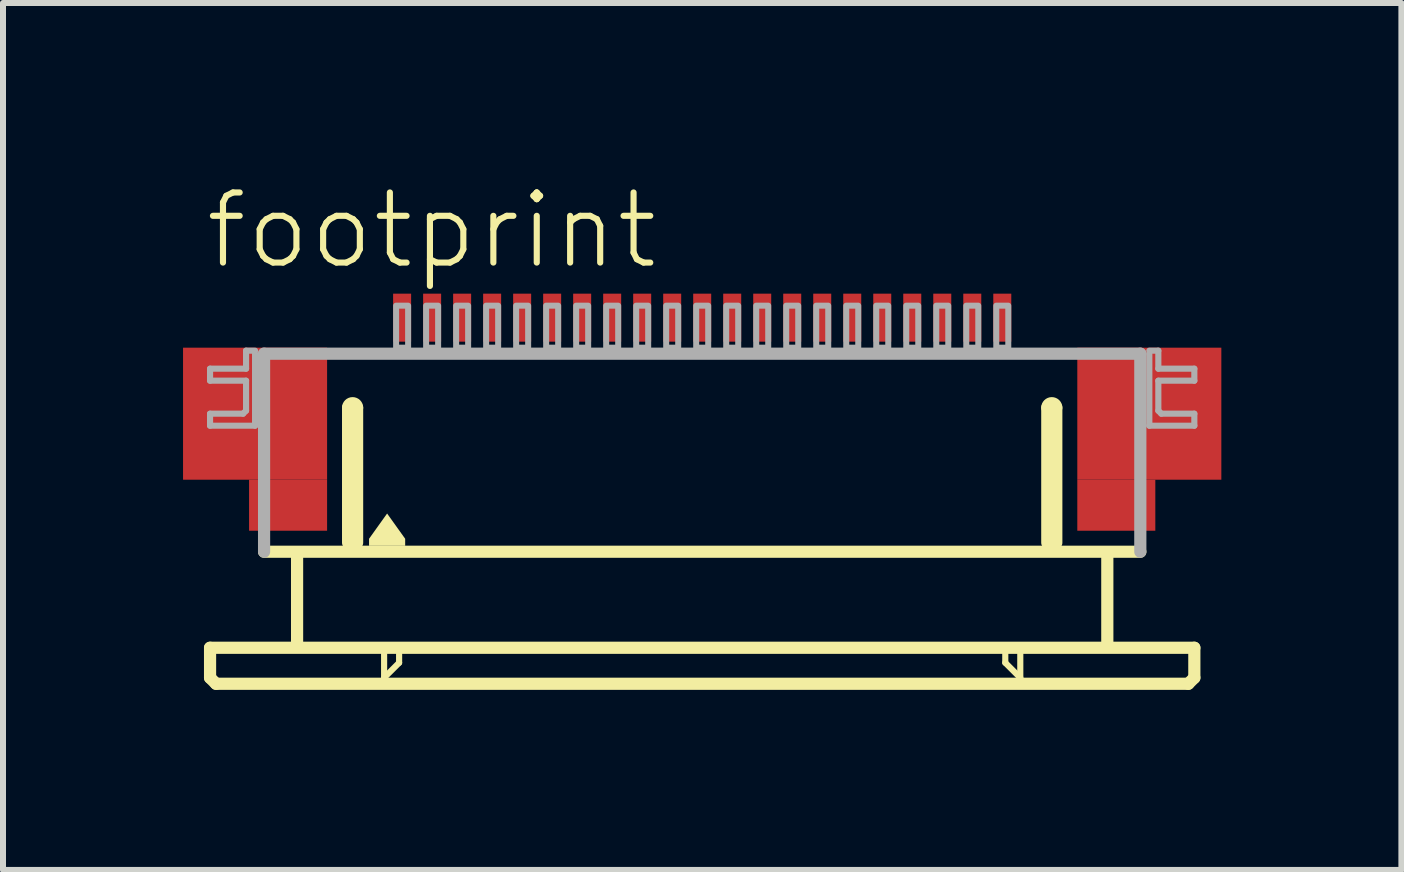
<source format=kicad_pcb>
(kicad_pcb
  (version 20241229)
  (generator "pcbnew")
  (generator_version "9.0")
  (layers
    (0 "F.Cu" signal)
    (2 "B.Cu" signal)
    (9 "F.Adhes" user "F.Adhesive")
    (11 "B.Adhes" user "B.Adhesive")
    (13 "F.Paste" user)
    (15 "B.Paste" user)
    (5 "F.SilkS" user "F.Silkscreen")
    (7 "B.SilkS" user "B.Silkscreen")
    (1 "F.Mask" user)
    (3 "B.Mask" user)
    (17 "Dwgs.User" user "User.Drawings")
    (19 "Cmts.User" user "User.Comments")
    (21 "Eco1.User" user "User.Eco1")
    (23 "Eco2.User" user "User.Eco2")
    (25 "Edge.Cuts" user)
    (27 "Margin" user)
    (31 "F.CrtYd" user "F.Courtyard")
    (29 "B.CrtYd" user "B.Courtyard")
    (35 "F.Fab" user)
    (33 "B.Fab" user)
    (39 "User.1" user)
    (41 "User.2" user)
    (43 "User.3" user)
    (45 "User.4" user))
  (footprint "footprint"
    (layer "F.Cu")
    (at 8.65 4.743)
    (property "Reference" "footprint" (at -8.33 -3.27 0) (layer "F.SilkS") (effects (font (size 1.168 1.168) (thickness 0.102)) (justify left bottom)))
    (fp_poly (pts (xy -8.65 0.2) (xy -6.25 0.2) (xy -6.25 -2) (xy -8.65 -2)) (stroke (width 0) (type solid)) (fill yes) (layer "F.Cu"))
    (fp_poly (pts (xy -7.55 1.05) (xy -6.25 1.05) (xy -6.25 0.2) (xy -7.55 0.2)) (stroke (width 0) (type solid)) (fill yes) (layer "F.Cu"))
    (fp_poly (pts (xy 6.25 0.2) (xy 8.65 0.2) (xy 8.65 -2) (xy 6.25 -2)) (stroke (width 0) (type solid)) (fill yes) (layer "F.Cu"))
    (fp_poly (pts (xy 6.25 1.05) (xy 7.55 1.05) (xy 7.55 0.2) (xy 6.25 0.2)) (stroke (width 0) (type solid)) (fill yes) (layer "F.Cu"))
    (fp_poly (pts (xy -8.65 0.2) (xy -7.5 0.2) (xy -7.5 -2) (xy -8.65 -2)) (stroke (width 0) (type solid)) (fill yes) (layer "F.Mask"))
    (fp_poly (pts (xy -7.55 1.05) (xy -6.25 1.05) (xy -6.25 -2) (xy -7.55 -2)) (stroke (width 0) (type solid)) (fill yes) (layer "F.Mask"))
    (fp_poly (pts (xy 7.55 -2) (xy 6.25 -2) (xy 6.25 1.05) (xy 7.55 1.05)) (stroke (width 0) (type solid)) (fill yes) (layer "F.Mask"))
    (fp_poly (pts (xy 8.65 -2) (xy 7.5 -2) (xy 7.5 0.2) (xy 8.65 0.2)) (stroke (width 0) (type solid)) (fill yes) (layer "F.Mask"))
    (fp_line (start -8.2 3) (end -8.2 3.5) (stroke (width 0.203) (type solid)) (layer "F.SilkS"))
    (fp_line (start -8.2 3.5) (end -8.1 3.6) (stroke (width 0.203) (type solid)) (layer "F.SilkS"))
    (fp_line (start -8.1 3.6) (end 8.1 3.6) (stroke (width 0.203) (type solid)) (layer "F.SilkS"))
    (fp_line (start -6.75 1.5) (end -6.75 2.9) (stroke (width 0.203) (type solid)) (layer "F.SilkS"))
    (fp_line (start -5.9 1.25) (end -5.9 -1) (stroke (width 0.203) (type solid)) (layer "F.SilkS"))
    (fp_line (start -5.75 -1) (end -5.75 1.25) (stroke (width 0.203) (type solid)) (layer "F.SilkS"))
    (fp_line (start -5.3 3.1) (end -5.3 3.5) (stroke (width 0.102) (type solid)) (layer "F.SilkS"))
    (fp_line (start -5.3 3.5) (end -5.05 3.25) (stroke (width 0.102) (type solid)) (layer "F.SilkS"))
    (fp_line (start -5.05 3.25) (end -5.05 3.1) (stroke (width 0.102) (type solid)) (layer "F.SilkS"))
    (fp_line (start 5.05 3.1) (end 5.05 3.25) (stroke (width 0.102) (type solid)) (layer "F.SilkS"))
    (fp_line (start 5.05 3.25) (end 5.3 3.5) (stroke (width 0.102) (type solid)) (layer "F.SilkS"))
    (fp_line (start 5.3 3.5) (end 5.3 3.1) (stroke (width 0.102) (type solid)) (layer "F.SilkS"))
    (fp_line (start 5.75 1.25) (end 5.75 -1) (stroke (width 0.203) (type solid)) (layer "F.SilkS"))
    (fp_line (start 5.9 -1) (end 5.9 1.25) (stroke (width 0.203) (type solid)) (layer "F.SilkS"))
    (fp_line (start 6.75 1.5) (end 6.75 2.9) (stroke (width 0.203) (type solid)) (layer "F.SilkS"))
    (fp_line (start 7.3 1.4) (end -7.3 1.4) (stroke (width 0.203) (type solid)) (layer "F.SilkS"))
    (fp_line (start 8.1 3.6) (end 8.2 3.5) (stroke (width 0.203) (type solid)) (layer "F.SilkS"))
    (fp_line (start 8.2 3) (end -8.2 3) (stroke (width 0.203) (type solid)) (layer "F.SilkS"))
    (fp_line (start 8.2 3.5) (end 8.2 3) (stroke (width 0.203) (type solid)) (layer "F.SilkS"))
    (fp_arc (start -5.9 -1) (mid -5.825 -1.075) (end -5.75 -1) (stroke (width 0.2032) (type solid)) (layer "F.SilkS"))
    (fp_arc (start 5.75 -1) (mid 5.825 -1.075) (end 5.9 -1) (stroke (width 0.2032) (type solid)) (layer "F.SilkS"))
    (fp_poly (pts (xy -4.949 1.184) (xy -4.949 1.301) (xy -5.551 1.301) (xy -5.551 1.184) (xy -5.25 0.763)) (stroke (width 0) (type solid)) (fill yes) (layer "F.SilkS"))
    (fp_poly (pts (xy -8.45 0.05) (xy -6.45 0.05) (xy -6.45 -1.85) (xy -8.45 -1.85)) (stroke (width 0) (type solid)) (fill yes) (layer "F.Paste"))
    (fp_poly (pts (xy 8.45 -1.85) (xy 6.45 -1.85) (xy 6.45 0.05) (xy 8.45 0.05)) (stroke (width 0) (type solid)) (fill yes) (layer "F.Paste"))
    (fp_line (start -8.2 -1.65) (end -8.2 -1.45) (stroke (width 0.102) (type solid)) (layer "F.Fab"))
    (fp_line (start -8.2 -1.45) (end -7.6 -1.45) (stroke (width 0.102) (type solid)) (layer "F.Fab"))
    (fp_line (start -8.2 -0.9) (end -8.2 -0.7) (stroke (width 0.102) (type solid)) (layer "F.Fab"))
    (fp_line (start -8.2 -0.7) (end -7.45 -0.7) (stroke (width 0.102) (type solid)) (layer "F.Fab"))
    (fp_line (start -7.65 -0.9) (end -8.2 -0.9) (stroke (width 0.102) (type solid)) (layer "F.Fab"))
    (fp_line (start -7.6 -1.95) (end -7.6 -1.65) (stroke (width 0.102) (type solid)) (layer "F.Fab"))
    (fp_line (start -7.6 -1.65) (end -8.2 -1.65) (stroke (width 0.102) (type solid)) (layer "F.Fab"))
    (fp_line (start -7.6 -1.45) (end -7.6 -0.95) (stroke (width 0.102) (type solid)) (layer "F.Fab"))
    (fp_line (start -7.6 -0.95) (end -7.65 -0.9) (stroke (width 0.102) (type solid)) (layer "F.Fab"))
    (fp_line (start -7.45 -1.95) (end -7.6 -1.95) (stroke (width 0.102) (type solid)) (layer "F.Fab"))
    (fp_line (start -7.45 -0.7) (end -7.45 -1.9) (stroke (width 0.102) (type solid)) (layer "F.Fab"))
    (fp_line (start -7.3 -1.9) (end 7.3 -1.9) (stroke (width 0.203) (type solid)) (layer "F.Fab"))
    (fp_line (start -7.3 1.4) (end -7.3 -1.9) (stroke (width 0.203) (type solid)) (layer "F.Fab"))
    (fp_line (start 7.3 -1.9) (end 7.3 1.4) (stroke (width 0.203) (type solid)) (layer "F.Fab"))
    (fp_line (start 7.45 -1.95) (end 7.6 -1.95) (stroke (width 0.102) (type solid)) (layer "F.Fab"))
    (fp_line (start 7.45 -0.7) (end 7.45 -1.9) (stroke (width 0.102) (type solid)) (layer "F.Fab"))
    (fp_line (start 7.6 -1.95) (end 7.6 -1.65) (stroke (width 0.102) (type solid)) (layer "F.Fab"))
    (fp_line (start 7.6 -1.65) (end 8.2 -1.65) (stroke (width 0.102) (type solid)) (layer "F.Fab"))
    (fp_line (start 7.6 -1.45) (end 7.6 -0.95) (stroke (width 0.102) (type solid)) (layer "F.Fab"))
    (fp_line (start 7.6 -0.95) (end 7.65 -0.9) (stroke (width 0.102) (type solid)) (layer "F.Fab"))
    (fp_line (start 7.65 -0.9) (end 8.2 -0.9) (stroke (width 0.102) (type solid)) (layer "F.Fab"))
    (fp_line (start 8.2 -1.65) (end 8.2 -1.45) (stroke (width 0.102) (type solid)) (layer "F.Fab"))
    (fp_line (start 8.2 -1.45) (end 7.6 -1.45) (stroke (width 0.102) (type solid)) (layer "F.Fab"))
    (fp_line (start 8.2 -0.9) (end 8.2 -0.7) (stroke (width 0.102) (type solid)) (layer "F.Fab"))
    (fp_line (start 8.2 -0.7) (end 7.45 -0.7) (stroke (width 0.102) (type solid)) (layer "F.Fab"))
    (fp_poly (pts (xy -5.1 -2) (xy -4.9 -2) (xy -4.9 -2.7) (xy -5.1 -2.7)) (stroke (width 0.1) (type solid)) (fill no) (layer "F.Fab"))
    (fp_poly (pts (xy -4.6 -2) (xy -4.4 -2) (xy -4.4 -2.7) (xy -4.6 -2.7)) (stroke (width 0.1) (type solid)) (fill no) (layer "F.Fab"))
    (fp_poly (pts (xy -4.1 -2) (xy -3.9 -2) (xy -3.9 -2.7) (xy -4.1 -2.7)) (stroke (width 0.1) (type solid)) (fill no) (layer "F.Fab"))
    (fp_poly (pts (xy -3.6 -2) (xy -3.4 -2) (xy -3.4 -2.7) (xy -3.6 -2.7)) (stroke (width 0.1) (type solid)) (fill no) (layer "F.Fab"))
    (fp_poly (pts (xy -3.1 -2) (xy -2.9 -2) (xy -2.9 -2.7) (xy -3.1 -2.7)) (stroke (width 0.1) (type solid)) (fill no) (layer "F.Fab"))
    (fp_poly (pts (xy -2.6 -2) (xy -2.4 -2) (xy -2.4 -2.7) (xy -2.6 -2.7)) (stroke (width 0.1) (type solid)) (fill no) (layer "F.Fab"))
    (fp_poly (pts (xy -2.1 -2) (xy -1.9 -2) (xy -1.9 -2.7) (xy -2.1 -2.7)) (stroke (width 0.1) (type solid)) (fill no) (layer "F.Fab"))
    (fp_poly (pts (xy -1.6 -2) (xy -1.4 -2) (xy -1.4 -2.7) (xy -1.6 -2.7)) (stroke (width 0.1) (type solid)) (fill no) (layer "F.Fab"))
    (fp_poly (pts (xy -1.1 -2) (xy -0.9 -2) (xy -0.9 -2.7) (xy -1.1 -2.7)) (stroke (width 0.1) (type solid)) (fill no) (layer "F.Fab"))
    (fp_poly (pts (xy -0.6 -2) (xy -0.4 -2) (xy -0.4 -2.7) (xy -0.6 -2.7)) (stroke (width 0.1) (type solid)) (fill no) (layer "F.Fab"))
    (fp_poly (pts (xy -0.1 -2) (xy 0.1 -2) (xy 0.1 -2.7) (xy -0.1 -2.7)) (stroke (width 0.1) (type solid)) (fill no) (layer "F.Fab"))
    (fp_poly (pts (xy 0.4 -2) (xy 0.6 -2) (xy 0.6 -2.7) (xy 0.4 -2.7)) (stroke (width 0.1) (type solid)) (fill no) (layer "F.Fab"))
    (fp_poly (pts (xy 0.9 -2) (xy 1.1 -2) (xy 1.1 -2.7) (xy 0.9 -2.7)) (stroke (width 0.1) (type solid)) (fill no) (layer "F.Fab"))
    (fp_poly (pts (xy 1.4 -2) (xy 1.6 -2) (xy 1.6 -2.7) (xy 1.4 -2.7)) (stroke (width 0.1) (type solid)) (fill no) (layer "F.Fab"))
    (fp_poly (pts (xy 1.9 -2) (xy 2.1 -2) (xy 2.1 -2.7) (xy 1.9 -2.7)) (stroke (width 0.1) (type solid)) (fill no) (layer "F.Fab"))
    (fp_poly (pts (xy 2.4 -2) (xy 2.6 -2) (xy 2.6 -2.7) (xy 2.4 -2.7)) (stroke (width 0.1) (type solid)) (fill no) (layer "F.Fab"))
    (fp_poly (pts (xy 2.9 -2) (xy 3.1 -2) (xy 3.1 -2.7) (xy 2.9 -2.7)) (stroke (width 0.1) (type solid)) (fill no) (layer "F.Fab"))
    (fp_poly (pts (xy 3.4 -2) (xy 3.6 -2) (xy 3.6 -2.7) (xy 3.4 -2.7)) (stroke (width 0.1) (type solid)) (fill no) (layer "F.Fab"))
    (fp_poly (pts (xy 3.9 -2) (xy 4.1 -2) (xy 4.1 -2.7) (xy 3.9 -2.7)) (stroke (width 0.1) (type solid)) (fill no) (layer "F.Fab"))
    (fp_poly (pts (xy 4.4 -2) (xy 4.6 -2) (xy 4.6 -2.7) (xy 4.4 -2.7)) (stroke (width 0.1) (type solid)) (fill no) (layer "F.Fab"))
    (fp_poly (pts (xy 4.9 -2) (xy 5.1 -2) (xy 5.1 -2.7) (xy 4.9 -2.7)) (stroke (width 0.1) (type solid)) (fill no) (layer "F.Fab"))
    (pad "1" smd rect (at -5 -2.5) (size 0.3 0.8) (layers "F.Cu" "F.Mask" "F.Paste"))
    (pad "2" smd rect (at -4.5 -2.5) (size 0.3 0.8) (layers "F.Cu" "F.Mask" "F.Paste"))
    (pad "3" smd rect (at -4 -2.5) (size 0.3 0.8) (layers "F.Cu" "F.Mask" "F.Paste"))
    (pad "4" smd rect (at -3.5 -2.5) (size 0.3 0.8) (layers "F.Cu" "F.Mask" "F.Paste"))
    (pad "5" smd rect (at -3 -2.5) (size 0.3 0.8) (layers "F.Cu" "F.Mask" "F.Paste"))
    (pad "6" smd rect (at -2.5 -2.5) (size 0.3 0.8) (layers "F.Cu" "F.Mask" "F.Paste"))
    (pad "7" smd rect (at -2 -2.5) (size 0.3 0.8) (layers "F.Cu" "F.Mask" "F.Paste"))
    (pad "8" smd rect (at -1.5 -2.5) (size 0.3 0.8) (layers "F.Cu" "F.Mask" "F.Paste"))
    (pad "9" smd rect (at -1 -2.5) (size 0.3 0.8) (layers "F.Cu" "F.Mask" "F.Paste"))
    (pad "10" smd rect (at -0.5 -2.5) (size 0.3 0.8) (layers "F.Cu" "F.Mask" "F.Paste"))
    (pad "11" smd rect (at 0 -2.5) (size 0.3 0.8) (layers "F.Cu" "F.Mask" "F.Paste"))
    (pad "12" smd rect (at 0.5 -2.5) (size 0.3 0.8) (layers "F.Cu" "F.Mask" "F.Paste"))
    (pad "13" smd rect (at 1 -2.5) (size 0.3 0.8) (layers "F.Cu" "F.Mask" "F.Paste"))
    (pad "14" smd rect (at 1.5 -2.5) (size 0.3 0.8) (layers "F.Cu" "F.Mask" "F.Paste"))
    (pad "15" smd rect (at 2 -2.5) (size 0.3 0.8) (layers "F.Cu" "F.Mask" "F.Paste"))
    (pad "16" smd rect (at 2.5 -2.5) (size 0.3 0.8) (layers "F.Cu" "F.Mask" "F.Paste"))
    (pad "17" smd rect (at 3 -2.5) (size 0.3 0.8) (layers "F.Cu" "F.Mask" "F.Paste"))
    (pad "18" smd rect (at 3.5 -2.5) (size 0.3 0.8) (layers "F.Cu" "F.Mask" "F.Paste"))
    (pad "19" smd rect (at 4 -2.5) (size 0.3 0.8) (layers "F.Cu" "F.Mask" "F.Paste"))
    (pad "20" smd rect (at 4.5 -2.5) (size 0.3 0.8) (layers "F.Cu" "F.Mask" "F.Paste"))
    (pad "21" smd rect (at 5 -2.5) (size 0.3 0.8) (layers "F.Cu" "F.Mask" "F.Paste")))
  (gr_rect
    (start -3 -3)
    (end 20.3 11.445)
    (stroke (width 0.1) (type default))
    (fill no)
    (layer "Edge.Cuts")))
</source>
